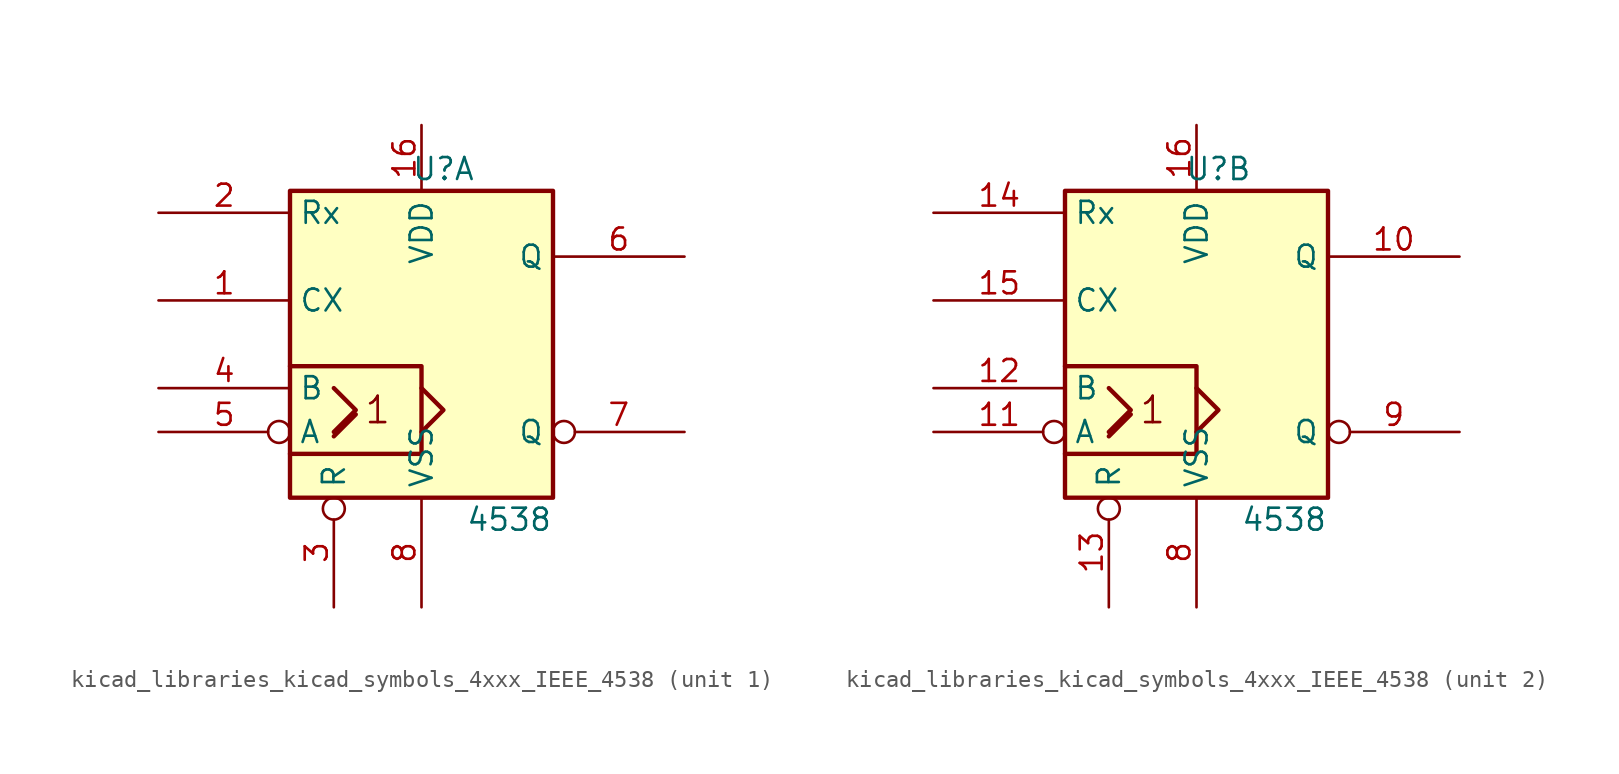
<source format=kicad_sym>
(kicad_symbol_lib
  (version 20220914)
  (generator kicad_symbol_editor)
  (symbol "kicad_libraries_kicad_symbols_4xxx_IEEE_4538"
    (property "Reference" "U"
      (at 1.27 10.16 0)
      (effects (font (size 1.27 1.27))))
    (property "Value" "4538"
      (at 5.08 -10.16 0)
      (effects (font (size 1.27 1.27))))
    (symbol "kicad_libraries_kicad_symbols_4xxx_IEEE_4538_0_0"
      (polyline (pts (xy -5.08 -5.334) (xy -3.81 -4.064) (xy -3.81 -4.064)) (stroke (width 0.254) (type default)) (fill (type background)))
      (polyline (pts (xy -5.08 -2.54) (xy -3.81 -3.81) (xy -5.08 -5.08) (xy -5.08 -5.08)) (stroke (width 0.254) (type default)) (fill (type background)))
      (polyline (pts (xy 0 -2.54) (xy 1.27 -3.81) (xy 0 -5.08) (xy 0 -5.08)) (stroke (width 0.254) (type default)) (fill (type background)))
      (polyline (pts (xy -7.62 -1.27) (xy 0 -1.27) (xy 0 -6.35) (xy -7.62 -6.35) (xy -7.62 -6.35)) (stroke (width 0.254) (type default)) (fill (type background)))
      (text "1" (at -2.54 -3.81 0) (effects (font (size 1.524 1.524)))))
    (symbol "kicad_libraries_kicad_symbols_4xxx_IEEE_4538_0_1"
      (rectangle (start -7.62 8.89) (end 7.62 -8.89) (stroke (width 0.254) (type default)) (fill (type background))))
    (symbol "kicad_libraries_kicad_symbols_4xxx_IEEE_4538_1_1"
      (pin input line (at -15.24 2.54 0) (length 7.62) (name "CX" (effects (font (size 1.27 1.27)))) (number "1" (effects (font (size 1.27 1.27)))))
      (pin power_in line (at 0 12.7 270) (length 3.81) (name "VDD" (effects (font (size 1.27 1.27)))) (number "16" (effects (font (size 1.27 1.27)))))
      (pin input line (at -15.24 7.62 0) (length 7.62) (name "Rx" (effects (font (size 1.27 1.27)))) (number "2" (effects (font (size 1.27 1.27)))))
      (pin input inverted (at -5.08 -15.24 90) (length 6.35) (name "R" (effects (font (size 1.27 1.27)))) (number "3" (effects (font (size 1.27 1.27)))))
      (pin input line (at -15.24 -2.54 0) (length 7.62) (name "B" (effects (font (size 1.27 1.27)))) (number "4" (effects (font (size 1.27 1.27)))))
      (pin input inverted (at -15.24 -5.08 0) (length 7.62) (name "A" (effects (font (size 1.27 1.27)))) (number "5" (effects (font (size 1.27 1.27)))))
      (pin output line (at 15.24 5.08 180) (length 7.62) (name "Q" (effects (font (size 1.27 1.27)))) (number "6" (effects (font (size 1.27 1.27)))))
      (pin output inverted (at 15.24 -5.08 180) (length 7.62) (name "Q" (effects (font (size 1.27 1.27)))) (number "7" (effects (font (size 1.27 1.27)))))
      (pin power_in line (at 0 -15.24 90) (length 6.35) (name "VSS" (effects (font (size 1.27 1.27)))) (number "8" (effects (font (size 1.27 1.27))))))
    (symbol "kicad_libraries_kicad_symbols_4xxx_IEEE_4538_2_1"
      (pin output line (at 15.24 5.08 180) (length 7.62) (name "Q" (effects (font (size 1.27 1.27)))) (number "10" (effects (font (size 1.27 1.27)))))
      (pin input inverted (at -15.24 -5.08 0) (length 7.62) (name "A" (effects (font (size 1.27 1.27)))) (number "11" (effects (font (size 1.27 1.27)))))
      (pin input line (at -15.24 -2.54 0) (length 7.62) (name "B" (effects (font (size 1.27 1.27)))) (number "12" (effects (font (size 1.27 1.27)))))
      (pin input inverted (at -5.08 -15.24 90) (length 6.35) (name "R" (effects (font (size 1.27 1.27)))) (number "13" (effects (font (size 1.27 1.27)))))
      (pin input line (at -15.24 7.62 0) (length 7.62) (name "Rx" (effects (font (size 1.27 1.27)))) (number "14" (effects (font (size 1.27 1.27)))))
      (pin input line (at -15.24 2.54 0) (length 7.62) (name "CX" (effects (font (size 1.27 1.27)))) (number "15" (effects (font (size 1.27 1.27)))))
      (pin power_in line (at 0 12.7 270) (length 3.81) (name "VDD" (effects (font (size 1.27 1.27)))) (number "16" (effects (font (size 1.27 1.27)))))
      (pin power_in line (at 0 -15.24 90) (length 6.35) (name "VSS" (effects (font (size 1.27 1.27)))) (number "8" (effects (font (size 1.27 1.27)))))
      (pin output inverted (at 15.24 -5.08 180) (length 7.62) (name "Q" (effects (font (size 1.27 1.27)))) (number "9" (effects (font (size 1.27 1.27))))))))
</source>
